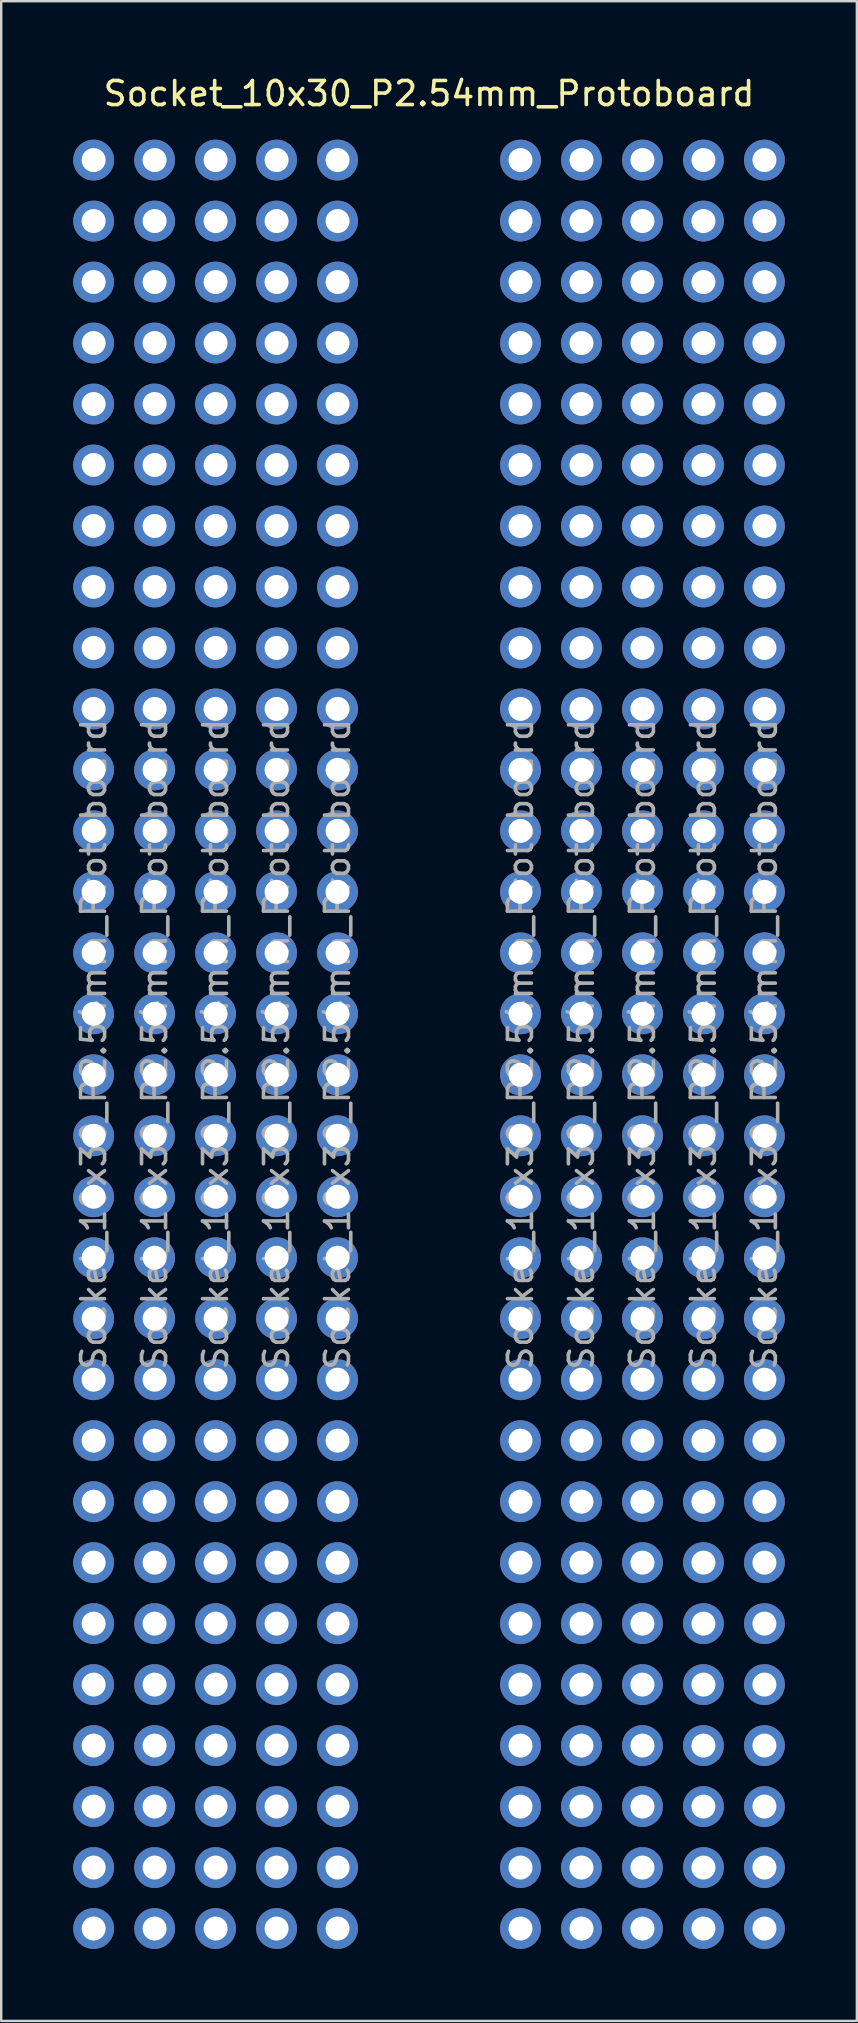
<source format=kicad_pcb>
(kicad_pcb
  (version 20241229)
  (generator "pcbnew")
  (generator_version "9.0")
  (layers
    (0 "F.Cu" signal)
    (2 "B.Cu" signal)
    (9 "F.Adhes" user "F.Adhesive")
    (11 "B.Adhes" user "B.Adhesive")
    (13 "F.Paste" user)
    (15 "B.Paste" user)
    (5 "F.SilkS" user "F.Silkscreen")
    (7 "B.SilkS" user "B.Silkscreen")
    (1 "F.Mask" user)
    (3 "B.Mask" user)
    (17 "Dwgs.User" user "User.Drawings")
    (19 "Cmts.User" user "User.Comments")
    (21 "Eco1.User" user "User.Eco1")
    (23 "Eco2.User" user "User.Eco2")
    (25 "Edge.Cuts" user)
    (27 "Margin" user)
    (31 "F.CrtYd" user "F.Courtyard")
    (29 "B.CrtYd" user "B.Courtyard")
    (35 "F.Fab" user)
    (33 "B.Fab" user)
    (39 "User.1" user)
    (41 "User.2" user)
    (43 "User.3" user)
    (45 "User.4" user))
  (footprint "Socket_10x30_P2.54mm_Protoboard"
    (layer "F.Cu")
    (at 14.82 40.448)
    (property "Reference" "Socket_10x30_P2.54mm_Protoboard" (at 0 -39.6 0) (layer "F.SilkS") (effects (font (size 1 1) (thickness 0.15))))
    (attr through_hole)
    (fp_text user "${REFERENCE}" (at -6.35 0 90) (layer "F.Fab") (effects (font (size 1 1) (thickness 0.15))))
    (fp_text user "${REFERENCE}" (at -11.43 0 90) (layer "F.Fab") (effects (font (size 1 1) (thickness 0.15))))
    (fp_text user "${REFERENCE}" (at -13.97 0 90) (layer "F.Fab") (effects (font (size 1 1) (thickness 0.15))))
    (fp_text user "${REFERENCE}" (at 13.97 0 90) (layer "F.Fab") (effects (font (size 1 1) (thickness 0.15))))
    (fp_text user "${REFERENCE}" (at 6.35 0 90) (layer "F.Fab") (effects (font (size 1 1) (thickness 0.15))))
    (fp_text user "${REFERENCE}" (at 8.89 0 90) (layer "F.Fab") (effects (font (size 1 1) (thickness 0.15))))
    (fp_text user "${REFERENCE}" (at -8.89 0 90) (layer "F.Fab") (effects (font (size 1 1) (thickness 0.15))))
    (fp_text user "${REFERENCE}" (at 11.43 0 90) (layer "F.Fab") (effects (font (size 1 1) (thickness 0.15))))
    (fp_text user "${REFERENCE}" (at -3.81 0 90) (layer "F.Fab") (effects (font (size 1 1) (thickness 0.15))))
    (fp_text user "${REFERENCE}" (at 3.81 0 90) (layer "F.Fab") (effects (font (size 1 1) (thickness 0.15))))
    (pad "1" thru_hole oval (at -13.97 -36.83) (size 1.7 1.7) (drill 1) (layers "*.Cu" "*.Mask"))
    (pad "1" thru_hole oval (at -11.43 -36.83) (size 1.7 1.7) (drill 1) (layers "*.Cu" "*.Mask"))
    (pad "1" thru_hole oval (at -8.89 -36.83) (size 1.7 1.7) (drill 1) (layers "*.Cu" "*.Mask"))
    (pad "1" thru_hole oval (at -6.35 -36.83) (size 1.7 1.7) (drill 1) (layers "*.Cu" "*.Mask"))
    (pad "1" thru_hole oval (at -3.81 -36.83) (size 1.7 1.7) (drill 1) (layers "*.Cu" "*.Mask"))
    (pad "1" thru_hole oval (at 3.81 -36.83) (size 1.7 1.7) (drill 1) (layers "*.Cu" "*.Mask"))
    (pad "1" thru_hole oval (at 6.35 -36.83) (size 1.7 1.7) (drill 1) (layers "*.Cu" "*.Mask"))
    (pad "1" thru_hole oval (at 8.89 -36.83) (size 1.7 1.7) (drill 1) (layers "*.Cu" "*.Mask"))
    (pad "1" thru_hole oval (at 11.43 -36.83) (size 1.7 1.7) (drill 1) (layers "*.Cu" "*.Mask"))
    (pad "1" thru_hole oval (at 13.97 -36.83) (size 1.7 1.7) (drill 1) (layers "*.Cu" "*.Mask"))
    (pad "2" thru_hole oval (at -13.97 -34.29) (size 1.7 1.7) (drill 1) (layers "*.Cu" "*.Mask"))
    (pad "2" thru_hole oval (at -11.43 -34.29) (size 1.7 1.7) (drill 1) (layers "*.Cu" "*.Mask"))
    (pad "2" thru_hole oval (at -8.89 -34.29) (size 1.7 1.7) (drill 1) (layers "*.Cu" "*.Mask"))
    (pad "2" thru_hole oval (at -6.35 -34.29) (size 1.7 1.7) (drill 1) (layers "*.Cu" "*.Mask"))
    (pad "2" thru_hole oval (at -3.81 -34.29) (size 1.7 1.7) (drill 1) (layers "*.Cu" "*.Mask"))
    (pad "2" thru_hole oval (at 3.81 -34.29) (size 1.7 1.7) (drill 1) (layers "*.Cu" "*.Mask"))
    (pad "2" thru_hole oval (at 6.35 -34.29) (size 1.7 1.7) (drill 1) (layers "*.Cu" "*.Mask"))
    (pad "2" thru_hole oval (at 8.89 -34.29) (size 1.7 1.7) (drill 1) (layers "*.Cu" "*.Mask"))
    (pad "2" thru_hole oval (at 11.43 -34.29) (size 1.7 1.7) (drill 1) (layers "*.Cu" "*.Mask"))
    (pad "2" thru_hole oval (at 13.97 -34.29) (size 1.7 1.7) (drill 1) (layers "*.Cu" "*.Mask"))
    (pad "3" thru_hole oval (at -13.97 -31.75) (size 1.7 1.7) (drill 1) (layers "*.Cu" "*.Mask"))
    (pad "3" thru_hole oval (at -11.43 -31.75) (size 1.7 1.7) (drill 1) (layers "*.Cu" "*.Mask"))
    (pad "3" thru_hole oval (at -8.89 -31.75) (size 1.7 1.7) (drill 1) (layers "*.Cu" "*.Mask"))
    (pad "3" thru_hole oval (at -6.35 -31.75) (size 1.7 1.7) (drill 1) (layers "*.Cu" "*.Mask"))
    (pad "3" thru_hole oval (at -3.81 -31.75) (size 1.7 1.7) (drill 1) (layers "*.Cu" "*.Mask"))
    (pad "3" thru_hole oval (at 3.81 -31.75) (size 1.7 1.7) (drill 1) (layers "*.Cu" "*.Mask"))
    (pad "3" thru_hole oval (at 6.35 -31.75) (size 1.7 1.7) (drill 1) (layers "*.Cu" "*.Mask"))
    (pad "3" thru_hole oval (at 8.89 -31.75) (size 1.7 1.7) (drill 1) (layers "*.Cu" "*.Mask"))
    (pad "3" thru_hole oval (at 11.43 -31.75) (size 1.7 1.7) (drill 1) (layers "*.Cu" "*.Mask"))
    (pad "3" thru_hole oval (at 13.97 -31.75) (size 1.7 1.7) (drill 1) (layers "*.Cu" "*.Mask"))
    (pad "4" thru_hole oval (at -13.97 -29.21) (size 1.7 1.7) (drill 1) (layers "*.Cu" "*.Mask"))
    (pad "4" thru_hole oval (at -11.43 -29.21) (size 1.7 1.7) (drill 1) (layers "*.Cu" "*.Mask"))
    (pad "4" thru_hole oval (at -8.89 -29.21) (size 1.7 1.7) (drill 1) (layers "*.Cu" "*.Mask"))
    (pad "4" thru_hole oval (at -6.35 -29.21) (size 1.7 1.7) (drill 1) (layers "*.Cu" "*.Mask"))
    (pad "4" thru_hole oval (at -3.81 -29.21) (size 1.7 1.7) (drill 1) (layers "*.Cu" "*.Mask"))
    (pad "4" thru_hole oval (at 3.81 -29.21) (size 1.7 1.7) (drill 1) (layers "*.Cu" "*.Mask"))
    (pad "4" thru_hole oval (at 6.35 -29.21) (size 1.7 1.7) (drill 1) (layers "*.Cu" "*.Mask"))
    (pad "4" thru_hole oval (at 8.89 -29.21) (size 1.7 1.7) (drill 1) (layers "*.Cu" "*.Mask"))
    (pad "4" thru_hole oval (at 11.43 -29.21) (size 1.7 1.7) (drill 1) (layers "*.Cu" "*.Mask"))
    (pad "4" thru_hole oval (at 13.97 -29.21) (size 1.7 1.7) (drill 1) (layers "*.Cu" "*.Mask"))
    (pad "5" thru_hole oval (at -13.97 -26.67) (size 1.7 1.7) (drill 1) (layers "*.Cu" "*.Mask"))
    (pad "5" thru_hole oval (at -11.43 -26.67) (size 1.7 1.7) (drill 1) (layers "*.Cu" "*.Mask"))
    (pad "5" thru_hole oval (at -8.89 -26.67) (size 1.7 1.7) (drill 1) (layers "*.Cu" "*.Mask"))
    (pad "5" thru_hole oval (at -6.35 -26.67) (size 1.7 1.7) (drill 1) (layers "*.Cu" "*.Mask"))
    (pad "5" thru_hole oval (at -3.81 -26.67) (size 1.7 1.7) (drill 1) (layers "*.Cu" "*.Mask"))
    (pad "5" thru_hole oval (at 3.81 -26.67) (size 1.7 1.7) (drill 1) (layers "*.Cu" "*.Mask"))
    (pad "5" thru_hole oval (at 6.35 -26.67) (size 1.7 1.7) (drill 1) (layers "*.Cu" "*.Mask"))
    (pad "5" thru_hole oval (at 8.89 -26.67) (size 1.7 1.7) (drill 1) (layers "*.Cu" "*.Mask"))
    (pad "5" thru_hole oval (at 11.43 -26.67) (size 1.7 1.7) (drill 1) (layers "*.Cu" "*.Mask"))
    (pad "5" thru_hole oval (at 13.97 -26.67) (size 1.7 1.7) (drill 1) (layers "*.Cu" "*.Mask"))
    (pad "6" thru_hole oval (at -13.97 -24.13) (size 1.7 1.7) (drill 1) (layers "*.Cu" "*.Mask"))
    (pad "6" thru_hole oval (at -11.43 -24.13) (size 1.7 1.7) (drill 1) (layers "*.Cu" "*.Mask"))
    (pad "6" thru_hole oval (at -8.89 -24.13) (size 1.7 1.7) (drill 1) (layers "*.Cu" "*.Mask"))
    (pad "6" thru_hole oval (at -6.35 -24.13) (size 1.7 1.7) (drill 1) (layers "*.Cu" "*.Mask"))
    (pad "6" thru_hole oval (at -3.81 -24.13) (size 1.7 1.7) (drill 1) (layers "*.Cu" "*.Mask"))
    (pad "6" thru_hole oval (at 3.81 -24.13) (size 1.7 1.7) (drill 1) (layers "*.Cu" "*.Mask"))
    (pad "6" thru_hole oval (at 6.35 -24.13) (size 1.7 1.7) (drill 1) (layers "*.Cu" "*.Mask"))
    (pad "6" thru_hole oval (at 8.89 -24.13) (size 1.7 1.7) (drill 1) (layers "*.Cu" "*.Mask"))
    (pad "6" thru_hole oval (at 11.43 -24.13) (size 1.7 1.7) (drill 1) (layers "*.Cu" "*.Mask"))
    (pad "6" thru_hole oval (at 13.97 -24.13) (size 1.7 1.7) (drill 1) (layers "*.Cu" "*.Mask"))
    (pad "7" thru_hole oval (at -13.97 -21.59) (size 1.7 1.7) (drill 1) (layers "*.Cu" "*.Mask"))
    (pad "7" thru_hole oval (at -11.43 -21.59) (size 1.7 1.7) (drill 1) (layers "*.Cu" "*.Mask"))
    (pad "7" thru_hole oval (at -8.89 -21.59) (size 1.7 1.7) (drill 1) (layers "*.Cu" "*.Mask"))
    (pad "7" thru_hole oval (at -6.35 -21.59) (size 1.7 1.7) (drill 1) (layers "*.Cu" "*.Mask"))
    (pad "7" thru_hole oval (at -3.81 -21.59) (size 1.7 1.7) (drill 1) (layers "*.Cu" "*.Mask"))
    (pad "7" thru_hole oval (at 3.81 -21.59) (size 1.7 1.7) (drill 1) (layers "*.Cu" "*.Mask"))
    (pad "7" thru_hole oval (at 6.35 -21.59) (size 1.7 1.7) (drill 1) (layers "*.Cu" "*.Mask"))
    (pad "7" thru_hole oval (at 8.89 -21.59) (size 1.7 1.7) (drill 1) (layers "*.Cu" "*.Mask"))
    (pad "7" thru_hole oval (at 11.43 -21.59) (size 1.7 1.7) (drill 1) (layers "*.Cu" "*.Mask"))
    (pad "7" thru_hole oval (at 13.97 -21.59) (size 1.7 1.7) (drill 1) (layers "*.Cu" "*.Mask"))
    (pad "8" thru_hole oval (at -13.97 -19.05) (size 1.7 1.7) (drill 1) (layers "*.Cu" "*.Mask"))
    (pad "8" thru_hole oval (at -11.43 -19.05) (size 1.7 1.7) (drill 1) (layers "*.Cu" "*.Mask"))
    (pad "8" thru_hole oval (at -8.89 -19.05) (size 1.7 1.7) (drill 1) (layers "*.Cu" "*.Mask"))
    (pad "8" thru_hole oval (at -6.35 -19.05) (size 1.7 1.7) (drill 1) (layers "*.Cu" "*.Mask"))
    (pad "8" thru_hole oval (at -3.81 -19.05) (size 1.7 1.7) (drill 1) (layers "*.Cu" "*.Mask"))
    (pad "8" thru_hole oval (at 3.81 -19.05) (size 1.7 1.7) (drill 1) (layers "*.Cu" "*.Mask"))
    (pad "8" thru_hole oval (at 6.35 -19.05) (size 1.7 1.7) (drill 1) (layers "*.Cu" "*.Mask"))
    (pad "8" thru_hole oval (at 8.89 -19.05) (size 1.7 1.7) (drill 1) (layers "*.Cu" "*.Mask"))
    (pad "8" thru_hole oval (at 11.43 -19.05) (size 1.7 1.7) (drill 1) (layers "*.Cu" "*.Mask"))
    (pad "8" thru_hole oval (at 13.97 -19.05) (size 1.7 1.7) (drill 1) (layers "*.Cu" "*.Mask"))
    (pad "9" thru_hole oval (at -13.97 -16.51) (size 1.7 1.7) (drill 1) (layers "*.Cu" "*.Mask"))
    (pad "9" thru_hole oval (at -11.43 -16.51) (size 1.7 1.7) (drill 1) (layers "*.Cu" "*.Mask"))
    (pad "9" thru_hole oval (at -8.89 -16.51) (size 1.7 1.7) (drill 1) (layers "*.Cu" "*.Mask"))
    (pad "9" thru_hole oval (at -6.35 -16.51) (size 1.7 1.7) (drill 1) (layers "*.Cu" "*.Mask"))
    (pad "9" thru_hole oval (at -3.81 -16.51) (size 1.7 1.7) (drill 1) (layers "*.Cu" "*.Mask"))
    (pad "9" thru_hole oval (at 3.81 -16.51) (size 1.7 1.7) (drill 1) (layers "*.Cu" "*.Mask"))
    (pad "9" thru_hole oval (at 6.35 -16.51) (size 1.7 1.7) (drill 1) (layers "*.Cu" "*.Mask"))
    (pad "9" thru_hole oval (at 8.89 -16.51) (size 1.7 1.7) (drill 1) (layers "*.Cu" "*.Mask"))
    (pad "9" thru_hole oval (at 11.43 -16.51) (size 1.7 1.7) (drill 1) (layers "*.Cu" "*.Mask"))
    (pad "9" thru_hole oval (at 13.97 -16.51) (size 1.7 1.7) (drill 1) (layers "*.Cu" "*.Mask"))
    (pad "10" thru_hole oval (at -13.97 -13.97) (size 1.7 1.7) (drill 1) (layers "*.Cu" "*.Mask"))
    (pad "10" thru_hole oval (at -11.43 -13.97) (size 1.7 1.7) (drill 1) (layers "*.Cu" "*.Mask"))
    (pad "10" thru_hole oval (at -8.89 -13.97) (size 1.7 1.7) (drill 1) (layers "*.Cu" "*.Mask"))
    (pad "10" thru_hole oval (at -6.35 -13.97) (size 1.7 1.7) (drill 1) (layers "*.Cu" "*.Mask"))
    (pad "10" thru_hole oval (at -3.81 -13.97) (size 1.7 1.7) (drill 1) (layers "*.Cu" "*.Mask"))
    (pad "10" thru_hole oval (at 3.81 -13.97) (size 1.7 1.7) (drill 1) (layers "*.Cu" "*.Mask"))
    (pad "10" thru_hole oval (at 6.35 -13.97) (size 1.7 1.7) (drill 1) (layers "*.Cu" "*.Mask"))
    (pad "10" thru_hole oval (at 8.89 -13.97) (size 1.7 1.7) (drill 1) (layers "*.Cu" "*.Mask"))
    (pad "10" thru_hole oval (at 11.43 -13.97) (size 1.7 1.7) (drill 1) (layers "*.Cu" "*.Mask"))
    (pad "10" thru_hole oval (at 13.97 -13.97) (size 1.7 1.7) (drill 1) (layers "*.Cu" "*.Mask"))
    (pad "11" thru_hole oval (at -13.97 -11.43) (size 1.7 1.7) (drill 1) (layers "*.Cu" "*.Mask"))
    (pad "11" thru_hole oval (at -11.43 -11.43) (size 1.7 1.7) (drill 1) (layers "*.Cu" "*.Mask"))
    (pad "11" thru_hole oval (at -8.89 -11.43) (size 1.7 1.7) (drill 1) (layers "*.Cu" "*.Mask"))
    (pad "11" thru_hole oval (at -6.35 -11.43) (size 1.7 1.7) (drill 1) (layers "*.Cu" "*.Mask"))
    (pad "11" thru_hole oval (at -3.81 -11.43) (size 1.7 1.7) (drill 1) (layers "*.Cu" "*.Mask"))
    (pad "11" thru_hole oval (at 3.81 -11.43) (size 1.7 1.7) (drill 1) (layers "*.Cu" "*.Mask"))
    (pad "11" thru_hole oval (at 6.35 -11.43) (size 1.7 1.7) (drill 1) (layers "*.Cu" "*.Mask"))
    (pad "11" thru_hole oval (at 8.89 -11.43) (size 1.7 1.7) (drill 1) (layers "*.Cu" "*.Mask"))
    (pad "11" thru_hole oval (at 11.43 -11.43) (size 1.7 1.7) (drill 1) (layers "*.Cu" "*.Mask"))
    (pad "11" thru_hole oval (at 13.97 -11.43) (size 1.7 1.7) (drill 1) (layers "*.Cu" "*.Mask"))
    (pad "12" thru_hole oval (at -13.97 -8.89) (size 1.7 1.7) (drill 1) (layers "*.Cu" "*.Mask"))
    (pad "12" thru_hole oval (at -11.43 -8.89) (size 1.7 1.7) (drill 1) (layers "*.Cu" "*.Mask"))
    (pad "12" thru_hole oval (at -8.89 -8.89) (size 1.7 1.7) (drill 1) (layers "*.Cu" "*.Mask"))
    (pad "12" thru_hole oval (at -6.35 -8.89) (size 1.7 1.7) (drill 1) (layers "*.Cu" "*.Mask"))
    (pad "12" thru_hole oval (at -3.81 -8.89) (size 1.7 1.7) (drill 1) (layers "*.Cu" "*.Mask"))
    (pad "12" thru_hole oval (at 3.81 -8.89) (size 1.7 1.7) (drill 1) (layers "*.Cu" "*.Mask"))
    (pad "12" thru_hole oval (at 6.35 -8.89) (size 1.7 1.7) (drill 1) (layers "*.Cu" "*.Mask"))
    (pad "12" thru_hole oval (at 8.89 -8.89) (size 1.7 1.7) (drill 1) (layers "*.Cu" "*.Mask"))
    (pad "12" thru_hole oval (at 11.43 -8.89) (size 1.7 1.7) (drill 1) (layers "*.Cu" "*.Mask"))
    (pad "12" thru_hole oval (at 13.97 -8.89) (size 1.7 1.7) (drill 1) (layers "*.Cu" "*.Mask"))
    (pad "13" thru_hole oval (at -13.97 -6.35) (size 1.7 1.7) (drill 1) (layers "*.Cu" "*.Mask"))
    (pad "13" thru_hole oval (at -11.43 -6.35) (size 1.7 1.7) (drill 1) (layers "*.Cu" "*.Mask"))
    (pad "13" thru_hole oval (at -8.89 -6.35) (size 1.7 1.7) (drill 1) (layers "*.Cu" "*.Mask"))
    (pad "13" thru_hole oval (at -6.35 -6.35) (size 1.7 1.7) (drill 1) (layers "*.Cu" "*.Mask"))
    (pad "13" thru_hole oval (at -3.81 -6.35) (size 1.7 1.7) (drill 1) (layers "*.Cu" "*.Mask"))
    (pad "13" thru_hole oval (at 3.81 -6.35) (size 1.7 1.7) (drill 1) (layers "*.Cu" "*.Mask"))
    (pad "13" thru_hole oval (at 6.35 -6.35) (size 1.7 1.7) (drill 1) (layers "*.Cu" "*.Mask"))
    (pad "13" thru_hole oval (at 8.89 -6.35) (size 1.7 1.7) (drill 1) (layers "*.Cu" "*.Mask"))
    (pad "13" thru_hole oval (at 11.43 -6.35) (size 1.7 1.7) (drill 1) (layers "*.Cu" "*.Mask"))
    (pad "13" thru_hole oval (at 13.97 -6.35) (size 1.7 1.7) (drill 1) (layers "*.Cu" "*.Mask"))
    (pad "14" thru_hole oval (at -13.97 -3.81) (size 1.7 1.7) (drill 1) (layers "*.Cu" "*.Mask"))
    (pad "14" thru_hole oval (at -11.43 -3.81) (size 1.7 1.7) (drill 1) (layers "*.Cu" "*.Mask"))
    (pad "14" thru_hole oval (at -8.89 -3.81) (size 1.7 1.7) (drill 1) (layers "*.Cu" "*.Mask"))
    (pad "14" thru_hole oval (at -6.35 -3.81) (size 1.7 1.7) (drill 1) (layers "*.Cu" "*.Mask"))
    (pad "14" thru_hole oval (at -3.81 -3.81) (size 1.7 1.7) (drill 1) (layers "*.Cu" "*.Mask"))
    (pad "14" thru_hole oval (at 3.81 -3.81) (size 1.7 1.7) (drill 1) (layers "*.Cu" "*.Mask"))
    (pad "14" thru_hole oval (at 6.35 -3.81) (size 1.7 1.7) (drill 1) (layers "*.Cu" "*.Mask"))
    (pad "14" thru_hole oval (at 8.89 -3.81) (size 1.7 1.7) (drill 1) (layers "*.Cu" "*.Mask"))
    (pad "14" thru_hole oval (at 11.43 -3.81) (size 1.7 1.7) (drill 1) (layers "*.Cu" "*.Mask"))
    (pad "14" thru_hole oval (at 13.97 -3.81) (size 1.7 1.7) (drill 1) (layers "*.Cu" "*.Mask"))
    (pad "15" thru_hole oval (at -13.97 -1.27) (size 1.7 1.7) (drill 1) (layers "*.Cu" "*.Mask"))
    (pad "15" thru_hole oval (at -11.43 -1.27) (size 1.7 1.7) (drill 1) (layers "*.Cu" "*.Mask"))
    (pad "15" thru_hole oval (at -8.89 -1.27) (size 1.7 1.7) (drill 1) (layers "*.Cu" "*.Mask"))
    (pad "15" thru_hole oval (at -6.35 -1.27) (size 1.7 1.7) (drill 1) (layers "*.Cu" "*.Mask"))
    (pad "15" thru_hole oval (at -3.81 -1.27) (size 1.7 1.7) (drill 1) (layers "*.Cu" "*.Mask"))
    (pad "15" thru_hole oval (at 3.81 -1.27) (size 1.7 1.7) (drill 1) (layers "*.Cu" "*.Mask"))
    (pad "15" thru_hole oval (at 6.35 -1.27) (size 1.7 1.7) (drill 1) (layers "*.Cu" "*.Mask"))
    (pad "15" thru_hole oval (at 8.89 -1.27) (size 1.7 1.7) (drill 1) (layers "*.Cu" "*.Mask"))
    (pad "15" thru_hole oval (at 11.43 -1.27) (size 1.7 1.7) (drill 1) (layers "*.Cu" "*.Mask"))
    (pad "15" thru_hole oval (at 13.97 -1.27) (size 1.7 1.7) (drill 1) (layers "*.Cu" "*.Mask"))
    (pad "16" thru_hole oval (at -13.97 1.27) (size 1.7 1.7) (drill 1) (layers "*.Cu" "*.Mask"))
    (pad "16" thru_hole oval (at -11.43 1.27) (size 1.7 1.7) (drill 1) (layers "*.Cu" "*.Mask"))
    (pad "16" thru_hole oval (at -8.89 1.27) (size 1.7 1.7) (drill 1) (layers "*.Cu" "*.Mask"))
    (pad "16" thru_hole oval (at -6.35 1.27) (size 1.7 1.7) (drill 1) (layers "*.Cu" "*.Mask"))
    (pad "16" thru_hole oval (at -3.81 1.27) (size 1.7 1.7) (drill 1) (layers "*.Cu" "*.Mask"))
    (pad "16" thru_hole oval (at 3.81 1.27) (size 1.7 1.7) (drill 1) (layers "*.Cu" "*.Mask"))
    (pad "16" thru_hole oval (at 6.35 1.27) (size 1.7 1.7) (drill 1) (layers "*.Cu" "*.Mask"))
    (pad "16" thru_hole oval (at 8.89 1.27) (size 1.7 1.7) (drill 1) (layers "*.Cu" "*.Mask"))
    (pad "16" thru_hole oval (at 11.43 1.27) (size 1.7 1.7) (drill 1) (layers "*.Cu" "*.Mask"))
    (pad "16" thru_hole oval (at 13.97 1.27) (size 1.7 1.7) (drill 1) (layers "*.Cu" "*.Mask"))
    (pad "17" thru_hole oval (at -13.97 3.81) (size 1.7 1.7) (drill 1) (layers "*.Cu" "*.Mask"))
    (pad "17" thru_hole oval (at -11.43 3.81) (size 1.7 1.7) (drill 1) (layers "*.Cu" "*.Mask"))
    (pad "17" thru_hole oval (at -8.89 3.81) (size 1.7 1.7) (drill 1) (layers "*.Cu" "*.Mask"))
    (pad "17" thru_hole oval (at -6.35 3.81) (size 1.7 1.7) (drill 1) (layers "*.Cu" "*.Mask"))
    (pad "17" thru_hole oval (at -3.81 3.81) (size 1.7 1.7) (drill 1) (layers "*.Cu" "*.Mask"))
    (pad "17" thru_hole oval (at 3.81 3.81) (size 1.7 1.7) (drill 1) (layers "*.Cu" "*.Mask"))
    (pad "17" thru_hole oval (at 6.35 3.81) (size 1.7 1.7) (drill 1) (layers "*.Cu" "*.Mask"))
    (pad "17" thru_hole oval (at 8.89 3.81) (size 1.7 1.7) (drill 1) (layers "*.Cu" "*.Mask"))
    (pad "17" thru_hole oval (at 11.43 3.81) (size 1.7 1.7) (drill 1) (layers "*.Cu" "*.Mask"))
    (pad "17" thru_hole oval (at 13.97 3.81) (size 1.7 1.7) (drill 1) (layers "*.Cu" "*.Mask"))
    (pad "18" thru_hole oval (at -13.97 6.35) (size 1.7 1.7) (drill 1) (layers "*.Cu" "*.Mask"))
    (pad "18" thru_hole oval (at -11.43 6.35) (size 1.7 1.7) (drill 1) (layers "*.Cu" "*.Mask"))
    (pad "18" thru_hole oval (at -8.89 6.35) (size 1.7 1.7) (drill 1) (layers "*.Cu" "*.Mask"))
    (pad "18" thru_hole oval (at -6.35 6.35) (size 1.7 1.7) (drill 1) (layers "*.Cu" "*.Mask"))
    (pad "18" thru_hole oval (at -3.81 6.35) (size 1.7 1.7) (drill 1) (layers "*.Cu" "*.Mask"))
    (pad "18" thru_hole oval (at 3.81 6.35) (size 1.7 1.7) (drill 1) (layers "*.Cu" "*.Mask"))
    (pad "18" thru_hole oval (at 6.35 6.35) (size 1.7 1.7) (drill 1) (layers "*.Cu" "*.Mask"))
    (pad "18" thru_hole oval (at 8.89 6.35) (size 1.7 1.7) (drill 1) (layers "*.Cu" "*.Mask"))
    (pad "18" thru_hole oval (at 11.43 6.35) (size 1.7 1.7) (drill 1) (layers "*.Cu" "*.Mask"))
    (pad "18" thru_hole oval (at 13.97 6.35) (size 1.7 1.7) (drill 1) (layers "*.Cu" "*.Mask"))
    (pad "19" thru_hole oval (at -13.97 8.89) (size 1.7 1.7) (drill 1) (layers "*.Cu" "*.Mask"))
    (pad "19" thru_hole oval (at -11.43 8.89) (size 1.7 1.7) (drill 1) (layers "*.Cu" "*.Mask"))
    (pad "19" thru_hole oval (at -8.89 8.89) (size 1.7 1.7) (drill 1) (layers "*.Cu" "*.Mask"))
    (pad "19" thru_hole oval (at -6.35 8.89) (size 1.7 1.7) (drill 1) (layers "*.Cu" "*.Mask"))
    (pad "19" thru_hole oval (at -3.81 8.89) (size 1.7 1.7) (drill 1) (layers "*.Cu" "*.Mask"))
    (pad "19" thru_hole oval (at 3.81 8.89) (size 1.7 1.7) (drill 1) (layers "*.Cu" "*.Mask"))
    (pad "19" thru_hole oval (at 6.35 8.89) (size 1.7 1.7) (drill 1) (layers "*.Cu" "*.Mask"))
    (pad "19" thru_hole oval (at 8.89 8.89) (size 1.7 1.7) (drill 1) (layers "*.Cu" "*.Mask"))
    (pad "19" thru_hole oval (at 11.43 8.89) (size 1.7 1.7) (drill 1) (layers "*.Cu" "*.Mask"))
    (pad "19" thru_hole oval (at 13.97 8.89) (size 1.7 1.7) (drill 1) (layers "*.Cu" "*.Mask"))
    (pad "20" thru_hole oval (at -13.97 11.43) (size 1.7 1.7) (drill 1) (layers "*.Cu" "*.Mask"))
    (pad "20" thru_hole oval (at -11.43 11.43) (size 1.7 1.7) (drill 1) (layers "*.Cu" "*.Mask"))
    (pad "20" thru_hole oval (at -8.89 11.43) (size 1.7 1.7) (drill 1) (layers "*.Cu" "*.Mask"))
    (pad "20" thru_hole oval (at -6.35 11.43) (size 1.7 1.7) (drill 1) (layers "*.Cu" "*.Mask"))
    (pad "20" thru_hole oval (at -3.81 11.43) (size 1.7 1.7) (drill 1) (layers "*.Cu" "*.Mask"))
    (pad "20" thru_hole oval (at 3.81 11.43) (size 1.7 1.7) (drill 1) (layers "*.Cu" "*.Mask"))
    (pad "20" thru_hole oval (at 6.35 11.43) (size 1.7 1.7) (drill 1) (layers "*.Cu" "*.Mask"))
    (pad "20" thru_hole oval (at 8.89 11.43) (size 1.7 1.7) (drill 1) (layers "*.Cu" "*.Mask"))
    (pad "20" thru_hole oval (at 11.43 11.43) (size 1.7 1.7) (drill 1) (layers "*.Cu" "*.Mask"))
    (pad "20" thru_hole oval (at 13.97 11.43) (size 1.7 1.7) (drill 1) (layers "*.Cu" "*.Mask"))
    (pad "21" thru_hole oval (at -13.97 13.97) (size 1.7 1.7) (drill 1) (layers "*.Cu" "*.Mask"))
    (pad "21" thru_hole oval (at -11.43 13.97) (size 1.7 1.7) (drill 1) (layers "*.Cu" "*.Mask"))
    (pad "21" thru_hole oval (at -8.89 13.97) (size 1.7 1.7) (drill 1) (layers "*.Cu" "*.Mask"))
    (pad "21" thru_hole oval (at -6.35 13.97) (size 1.7 1.7) (drill 1) (layers "*.Cu" "*.Mask"))
    (pad "21" thru_hole oval (at -3.81 13.97) (size 1.7 1.7) (drill 1) (layers "*.Cu" "*.Mask"))
    (pad "21" thru_hole oval (at 3.81 13.97) (size 1.7 1.7) (drill 1) (layers "*.Cu" "*.Mask"))
    (pad "21" thru_hole oval (at 6.35 13.97) (size 1.7 1.7) (drill 1) (layers "*.Cu" "*.Mask"))
    (pad "21" thru_hole oval (at 8.89 13.97) (size 1.7 1.7) (drill 1) (layers "*.Cu" "*.Mask"))
    (pad "21" thru_hole oval (at 11.43 13.97) (size 1.7 1.7) (drill 1) (layers "*.Cu" "*.Mask"))
    (pad "21" thru_hole oval (at 13.97 13.97) (size 1.7 1.7) (drill 1) (layers "*.Cu" "*.Mask"))
    (pad "22" thru_hole oval (at -13.97 16.51) (size 1.7 1.7) (drill 1) (layers "*.Cu" "*.Mask"))
    (pad "22" thru_hole oval (at -11.43 16.51) (size 1.7 1.7) (drill 1) (layers "*.Cu" "*.Mask"))
    (pad "22" thru_hole oval (at -8.89 16.51) (size 1.7 1.7) (drill 1) (layers "*.Cu" "*.Mask"))
    (pad "22" thru_hole oval (at -6.35 16.51) (size 1.7 1.7) (drill 1) (layers "*.Cu" "*.Mask"))
    (pad "22" thru_hole oval (at -3.81 16.51) (size 1.7 1.7) (drill 1) (layers "*.Cu" "*.Mask"))
    (pad "22" thru_hole oval (at 3.81 16.51) (size 1.7 1.7) (drill 1) (layers "*.Cu" "*.Mask"))
    (pad "22" thru_hole oval (at 6.35 16.51) (size 1.7 1.7) (drill 1) (layers "*.Cu" "*.Mask"))
    (pad "22" thru_hole oval (at 8.89 16.51) (size 1.7 1.7) (drill 1) (layers "*.Cu" "*.Mask"))
    (pad "22" thru_hole oval (at 11.43 16.51) (size 1.7 1.7) (drill 1) (layers "*.Cu" "*.Mask"))
    (pad "22" thru_hole oval (at 13.97 16.51) (size 1.7 1.7) (drill 1) (layers "*.Cu" "*.Mask"))
    (pad "23" thru_hole oval (at -13.97 19.05) (size 1.7 1.7) (drill 1) (layers "*.Cu" "*.Mask"))
    (pad "23" thru_hole oval (at -11.43 19.05) (size 1.7 1.7) (drill 1) (layers "*.Cu" "*.Mask"))
    (pad "23" thru_hole oval (at -8.89 19.05) (size 1.7 1.7) (drill 1) (layers "*.Cu" "*.Mask"))
    (pad "23" thru_hole oval (at -6.35 19.05) (size 1.7 1.7) (drill 1) (layers "*.Cu" "*.Mask"))
    (pad "23" thru_hole oval (at -3.81 19.05) (size 1.7 1.7) (drill 1) (layers "*.Cu" "*.Mask"))
    (pad "23" thru_hole oval (at 3.81 19.05) (size 1.7 1.7) (drill 1) (layers "*.Cu" "*.Mask"))
    (pad "23" thru_hole oval (at 6.35 19.05) (size 1.7 1.7) (drill 1) (layers "*.Cu" "*.Mask"))
    (pad "23" thru_hole oval (at 8.89 19.05) (size 1.7 1.7) (drill 1) (layers "*.Cu" "*.Mask"))
    (pad "23" thru_hole oval (at 11.43 19.05) (size 1.7 1.7) (drill 1) (layers "*.Cu" "*.Mask"))
    (pad "23" thru_hole oval (at 13.97 19.05) (size 1.7 1.7) (drill 1) (layers "*.Cu" "*.Mask"))
    (pad "24" thru_hole oval (at -13.97 21.59) (size 1.7 1.7) (drill 1) (layers "*.Cu" "*.Mask"))
    (pad "24" thru_hole oval (at -11.43 21.59) (size 1.7 1.7) (drill 1) (layers "*.Cu" "*.Mask"))
    (pad "24" thru_hole oval (at -8.89 21.59) (size 1.7 1.7) (drill 1) (layers "*.Cu" "*.Mask"))
    (pad "24" thru_hole oval (at -6.35 21.59) (size 1.7 1.7) (drill 1) (layers "*.Cu" "*.Mask"))
    (pad "24" thru_hole oval (at -3.81 21.59) (size 1.7 1.7) (drill 1) (layers "*.Cu" "*.Mask"))
    (pad "24" thru_hole oval (at 3.81 21.59) (size 1.7 1.7) (drill 1) (layers "*.Cu" "*.Mask"))
    (pad "24" thru_hole oval (at 6.35 21.59) (size 1.7 1.7) (drill 1) (layers "*.Cu" "*.Mask"))
    (pad "24" thru_hole oval (at 8.89 21.59) (size 1.7 1.7) (drill 1) (layers "*.Cu" "*.Mask"))
    (pad "24" thru_hole oval (at 11.43 21.59) (size 1.7 1.7) (drill 1) (layers "*.Cu" "*.Mask"))
    (pad "24" thru_hole oval (at 13.97 21.59) (size 1.7 1.7) (drill 1) (layers "*.Cu" "*.Mask"))
    (pad "25" thru_hole oval (at -13.97 24.13) (size 1.7 1.7) (drill 1) (layers "*.Cu" "*.Mask"))
    (pad "25" thru_hole oval (at -11.43 24.13) (size 1.7 1.7) (drill 1) (layers "*.Cu" "*.Mask"))
    (pad "25" thru_hole oval (at -8.89 24.13) (size 1.7 1.7) (drill 1) (layers "*.Cu" "*.Mask"))
    (pad "25" thru_hole oval (at -6.35 24.13) (size 1.7 1.7) (drill 1) (layers "*.Cu" "*.Mask"))
    (pad "25" thru_hole oval (at -3.81 24.13) (size 1.7 1.7) (drill 1) (layers "*.Cu" "*.Mask"))
    (pad "25" thru_hole oval (at 3.81 24.13) (size 1.7 1.7) (drill 1) (layers "*.Cu" "*.Mask"))
    (pad "25" thru_hole oval (at 6.35 24.13) (size 1.7 1.7) (drill 1) (layers "*.Cu" "*.Mask"))
    (pad "25" thru_hole oval (at 8.89 24.13) (size 1.7 1.7) (drill 1) (layers "*.Cu" "*.Mask"))
    (pad "25" thru_hole oval (at 11.43 24.13) (size 1.7 1.7) (drill 1) (layers "*.Cu" "*.Mask"))
    (pad "25" thru_hole oval (at 13.97 24.13) (size 1.7 1.7) (drill 1) (layers "*.Cu" "*.Mask"))
    (pad "26" thru_hole oval (at -13.97 26.67) (size 1.7 1.7) (drill 1) (layers "*.Cu" "*.Mask"))
    (pad "26" thru_hole oval (at -11.43 26.67) (size 1.7 1.7) (drill 1) (layers "*.Cu" "*.Mask"))
    (pad "26" thru_hole oval (at -8.89 26.67) (size 1.7 1.7) (drill 1) (layers "*.Cu" "*.Mask"))
    (pad "26" thru_hole oval (at -6.35 26.67) (size 1.7 1.7) (drill 1) (layers "*.Cu" "*.Mask"))
    (pad "26" thru_hole oval (at -3.81 26.67) (size 1.7 1.7) (drill 1) (layers "*.Cu" "*.Mask"))
    (pad "26" thru_hole oval (at 3.81 26.67) (size 1.7 1.7) (drill 1) (layers "*.Cu" "*.Mask"))
    (pad "26" thru_hole oval (at 6.35 26.67) (size 1.7 1.7) (drill 1) (layers "*.Cu" "*.Mask"))
    (pad "26" thru_hole oval (at 8.89 26.67) (size 1.7 1.7) (drill 1) (layers "*.Cu" "*.Mask"))
    (pad "26" thru_hole oval (at 11.43 26.67) (size 1.7 1.7) (drill 1) (layers "*.Cu" "*.Mask"))
    (pad "26" thru_hole oval (at 13.97 26.67) (size 1.7 1.7) (drill 1) (layers "*.Cu" "*.Mask"))
    (pad "27" thru_hole oval (at -13.97 29.21) (size 1.7 1.7) (drill 1) (layers "*.Cu" "*.Mask"))
    (pad "27" thru_hole oval (at -11.43 29.21) (size 1.7 1.7) (drill 1) (layers "*.Cu" "*.Mask"))
    (pad "27" thru_hole oval (at -8.89 29.21) (size 1.7 1.7) (drill 1) (layers "*.Cu" "*.Mask"))
    (pad "27" thru_hole oval (at -6.35 29.21) (size 1.7 1.7) (drill 1) (layers "*.Cu" "*.Mask"))
    (pad "27" thru_hole oval (at -3.81 29.21) (size 1.7 1.7) (drill 1) (layers "*.Cu" "*.Mask"))
    (pad "27" thru_hole oval (at 3.81 29.21) (size 1.7 1.7) (drill 1) (layers "*.Cu" "*.Mask"))
    (pad "27" thru_hole oval (at 6.35 29.21) (size 1.7 1.7) (drill 1) (layers "*.Cu" "*.Mask"))
    (pad "27" thru_hole oval (at 8.89 29.21) (size 1.7 1.7) (drill 1) (layers "*.Cu" "*.Mask"))
    (pad "27" thru_hole oval (at 11.43 29.21) (size 1.7 1.7) (drill 1) (layers "*.Cu" "*.Mask"))
    (pad "27" thru_hole oval (at 13.97 29.21) (size 1.7 1.7) (drill 1) (layers "*.Cu" "*.Mask"))
    (pad "28" thru_hole oval (at -13.97 31.75) (size 1.7 1.7) (drill 1) (layers "*.Cu" "*.Mask"))
    (pad "28" thru_hole oval (at -11.43 31.75) (size 1.7 1.7) (drill 1) (layers "*.Cu" "*.Mask"))
    (pad "28" thru_hole oval (at -8.89 31.75) (size 1.7 1.7) (drill 1) (layers "*.Cu" "*.Mask"))
    (pad "28" thru_hole oval (at -6.35 31.75) (size 1.7 1.7) (drill 1) (layers "*.Cu" "*.Mask"))
    (pad "28" thru_hole oval (at -3.81 31.75) (size 1.7 1.7) (drill 1) (layers "*.Cu" "*.Mask"))
    (pad "28" thru_hole oval (at 3.81 31.75) (size 1.7 1.7) (drill 1) (layers "*.Cu" "*.Mask"))
    (pad "28" thru_hole oval (at 6.35 31.75) (size 1.7 1.7) (drill 1) (layers "*.Cu" "*.Mask"))
    (pad "28" thru_hole oval (at 8.89 31.75) (size 1.7 1.7) (drill 1) (layers "*.Cu" "*.Mask"))
    (pad "28" thru_hole oval (at 11.43 31.75) (size 1.7 1.7) (drill 1) (layers "*.Cu" "*.Mask"))
    (pad "28" thru_hole oval (at 13.97 31.75) (size 1.7 1.7) (drill 1) (layers "*.Cu" "*.Mask"))
    (pad "29" thru_hole oval (at -13.97 34.29) (size 1.7 1.7) (drill 1) (layers "*.Cu" "*.Mask"))
    (pad "29" thru_hole oval (at -11.43 34.29) (size 1.7 1.7) (drill 1) (layers "*.Cu" "*.Mask"))
    (pad "29" thru_hole oval (at -8.89 34.29) (size 1.7 1.7) (drill 1) (layers "*.Cu" "*.Mask"))
    (pad "29" thru_hole oval (at -6.35 34.29) (size 1.7 1.7) (drill 1) (layers "*.Cu" "*.Mask"))
    (pad "29" thru_hole oval (at -3.81 34.29) (size 1.7 1.7) (drill 1) (layers "*.Cu" "*.Mask"))
    (pad "29" thru_hole oval (at 3.81 34.29) (size 1.7 1.7) (drill 1) (layers "*.Cu" "*.Mask"))
    (pad "29" thru_hole oval (at 6.35 34.29) (size 1.7 1.7) (drill 1) (layers "*.Cu" "*.Mask"))
    (pad "29" thru_hole oval (at 8.89 34.29) (size 1.7 1.7) (drill 1) (layers "*.Cu" "*.Mask"))
    (pad "29" thru_hole oval (at 11.43 34.29) (size 1.7 1.7) (drill 1) (layers "*.Cu" "*.Mask"))
    (pad "29" thru_hole oval (at 13.97 34.29) (size 1.7 1.7) (drill 1) (layers "*.Cu" "*.Mask"))
    (pad "30" thru_hole oval (at -13.97 36.83) (size 1.7 1.7) (drill 1) (layers "*.Cu" "*.Mask"))
    (pad "30" thru_hole oval (at -11.43 36.83) (size 1.7 1.7) (drill 1) (layers "*.Cu" "*.Mask"))
    (pad "30" thru_hole oval (at -8.89 36.83) (size 1.7 1.7) (drill 1) (layers "*.Cu" "*.Mask"))
    (pad "30" thru_hole oval (at -6.35 36.83) (size 1.7 1.7) (drill 1) (layers "*.Cu" "*.Mask"))
    (pad "30" thru_hole oval (at -3.81 36.83) (size 1.7 1.7) (drill 1) (layers "*.Cu" "*.Mask"))
    (pad "30" thru_hole oval (at 3.81 36.83) (size 1.7 1.7) (drill 1) (layers "*.Cu" "*.Mask"))
    (pad "30" thru_hole oval (at 6.35 36.83) (size 1.7 1.7) (drill 1) (layers "*.Cu" "*.Mask"))
    (pad "30" thru_hole oval (at 8.89 36.83) (size 1.7 1.7) (drill 1) (layers "*.Cu" "*.Mask"))
    (pad "30" thru_hole oval (at 11.43 36.83) (size 1.7 1.7) (drill 1) (layers "*.Cu" "*.Mask"))
    (pad "30" thru_hole oval (at 13.97 36.83) (size 1.7 1.7) (drill 1) (layers "*.Cu" "*.Mask")))
  (gr_rect
    (start -3 -3)
    (end 32.64 81.128)
    (stroke (width 0.1) (type default))
    (fill no)
    (layer "Edge.Cuts")))
</source>
